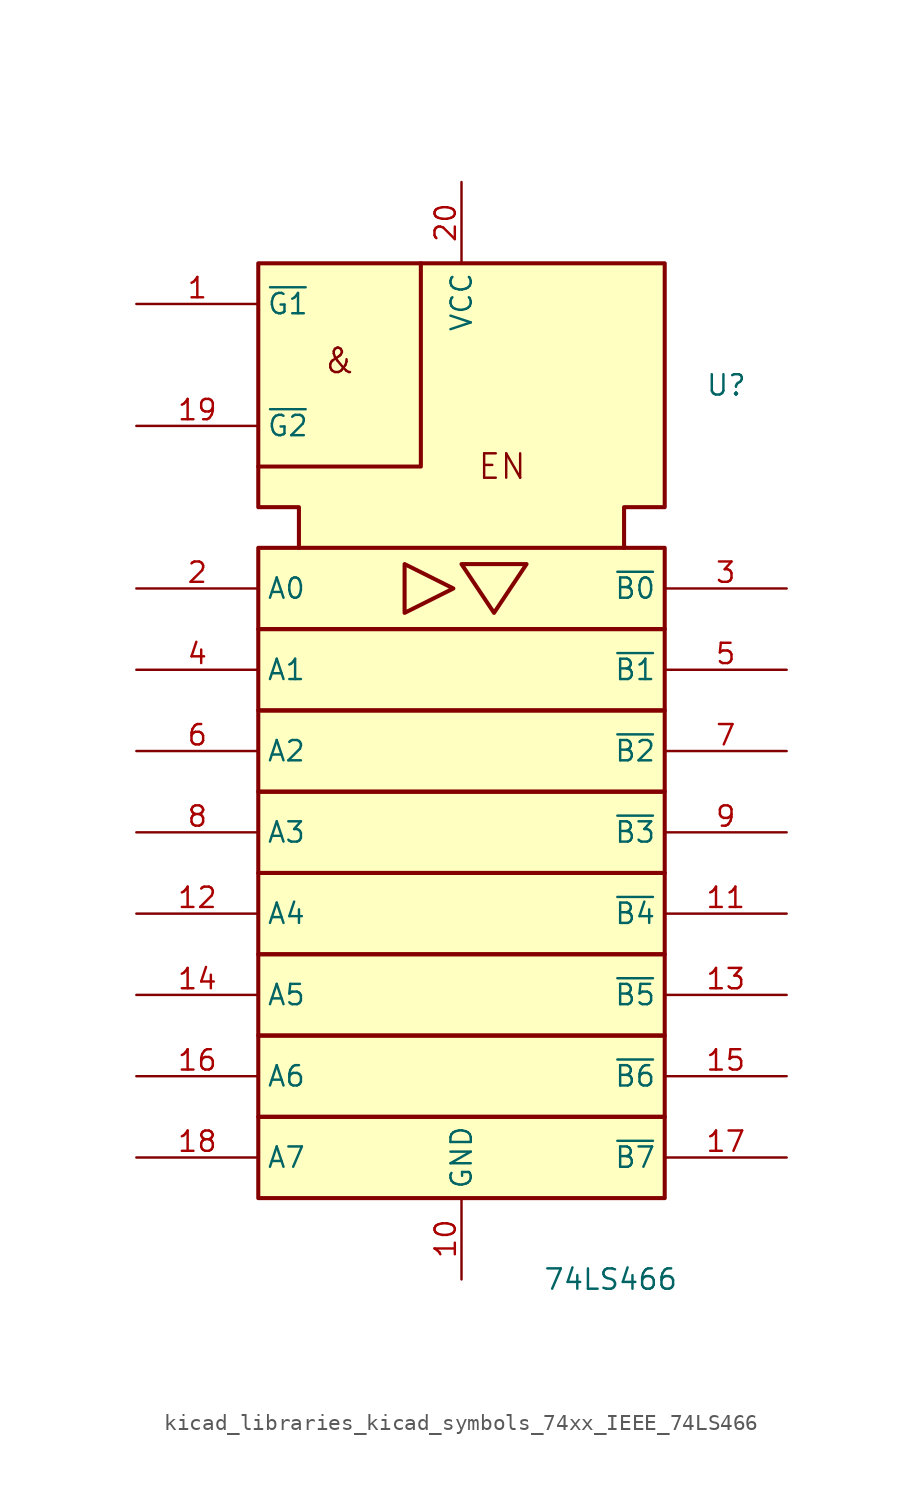
<source format=kicad_sym>
(kicad_symbol_lib
  (version 20220914)
  (generator kicad_symbol_editor)
  (symbol "kicad_libraries_kicad_symbols_74xx_IEEE_74LS466"
    (property "Reference" "U"
      (at 15.24 25.4 0)
      (effects (font (size 1.27 1.27)) (justify left)))
    (property "Value" "74LS466"
      (at 5.08 -30.48 0)
      (effects (font (size 1.27 1.27)) (justify left)))
    (symbol "kicad_libraries_kicad_symbols_74xx_IEEE_74LS466_0_0"
      (polyline (pts (xy -2.54 33.02) (xy -2.54 20.32) (xy -12.7 20.32) (xy -12.7 20.32)) (stroke (width 0.254) (type default)) (fill (type background)))
      (polyline (pts (xy -3.556 14.224) (xy -3.556 11.176) (xy -0.508 12.7) (xy -3.556 14.224) (xy -3.556 14.224)) (stroke (width 0.254) (type default)) (fill (type background)))
      (polyline (pts (xy 0 14.224) (xy 4.064 14.224) (xy 2.032 11.176) (xy 0 14.224) (xy 0 14.224)) (stroke (width 0.254) (type default)) (fill (type background)))
      (text "&" (at -7.62 26.924 0) (effects (font (size 1.524 1.524))))
      (text "EN" (at 2.54 20.32 0) (effects (font (size 1.524 1.524))))
      (pin power_in line (at 0 -30.48 90) (length 5.08) (name "GND" (effects (font (size 1.27 1.27)))) (number "10" (effects (font (size 1.27 1.27)))))
      (pin power_in line (at 0 38.1 270) (length 5.08) (name "VCC" (effects (font (size 1.27 1.27)))) (number "20" (effects (font (size 1.27 1.27))))))
    (symbol "kicad_libraries_kicad_symbols_74xx_IEEE_74LS466_0_1"
      (rectangle (start -12.7 -20.32) (end 12.7 -25.4) (stroke (width 0.254) (type default)) (fill (type background)))
      (rectangle (start -12.7 -15.24) (end 12.7 -20.32) (stroke (width 0.254) (type default)) (fill (type background)))
      (rectangle (start -12.7 -10.16) (end 12.7 -15.24) (stroke (width 0.254) (type default)) (fill (type background)))
      (rectangle (start -12.7 -5.08) (end 12.7 -10.16) (stroke (width 0.254) (type default)) (fill (type background)))
      (rectangle (start -12.7 0) (end 12.7 -5.08) (stroke (width 0.254) (type default)) (fill (type background)))
      (rectangle (start -12.7 5.08) (end 12.7 0) (stroke (width 0.254) (type default)) (fill (type background)))
      (rectangle (start -12.7 10.16) (end 12.7 5.08) (stroke (width 0.254) (type default)) (fill (type background)))
      (rectangle (start -12.7 15.24) (end 12.7 10.16) (stroke (width 0.254) (type default)) (fill (type background)))
      (polyline (pts (xy -10.16 15.24) (xy -10.16 17.78) (xy -12.7 17.78) (xy -12.7 33.02) (xy 12.7 33.02) (xy 12.7 17.78) (xy 10.16 17.78) (xy 10.16 15.24) (xy 10.16 15.24)) (stroke (width 0.254) (type default)) (fill (type background))))
    (symbol "kicad_libraries_kicad_symbols_74xx_IEEE_74LS466_1_1"
      (pin input line (at -20.32 30.48 0) (length 7.62) (name "~{G1}" (effects (font (size 1.27 1.27)))) (number "1" (effects (font (size 1.27 1.27)))))
      (pin tri_state line (at 20.32 -7.62 180) (length 7.62) (name "~{B4}" (effects (font (size 1.27 1.27)))) (number "11" (effects (font (size 1.27 1.27)))))
      (pin tri_state line (at -20.32 -7.62 0) (length 7.62) (name "A4" (effects (font (size 1.27 1.27)))) (number "12" (effects (font (size 1.27 1.27)))))
      (pin tri_state line (at 20.32 -12.7 180) (length 7.62) (name "~{B5}" (effects (font (size 1.27 1.27)))) (number "13" (effects (font (size 1.27 1.27)))))
      (pin tri_state line (at -20.32 -12.7 0) (length 7.62) (name "A5" (effects (font (size 1.27 1.27)))) (number "14" (effects (font (size 1.27 1.27)))))
      (pin tri_state line (at 20.32 -17.78 180) (length 7.62) (name "~{B6}" (effects (font (size 1.27 1.27)))) (number "15" (effects (font (size 1.27 1.27)))))
      (pin tri_state line (at -20.32 -17.78 0) (length 7.62) (name "A6" (effects (font (size 1.27 1.27)))) (number "16" (effects (font (size 1.27 1.27)))))
      (pin tri_state line (at 20.32 -22.86 180) (length 7.62) (name "~{B7}" (effects (font (size 1.27 1.27)))) (number "17" (effects (font (size 1.27 1.27)))))
      (pin tri_state line (at -20.32 -22.86 0) (length 7.62) (name "A7" (effects (font (size 1.27 1.27)))) (number "18" (effects (font (size 1.27 1.27)))))
      (pin input line (at -20.32 22.86 0) (length 7.62) (name "~{G2}" (effects (font (size 1.27 1.27)))) (number "19" (effects (font (size 1.27 1.27)))))
      (pin tri_state line (at -20.32 12.7 0) (length 7.62) (name "A0" (effects (font (size 1.27 1.27)))) (number "2" (effects (font (size 1.27 1.27)))))
      (pin tri_state line (at 20.32 12.7 180) (length 7.62) (name "~{B0}" (effects (font (size 1.27 1.27)))) (number "3" (effects (font (size 1.27 1.27)))))
      (pin tri_state line (at -20.32 7.62 0) (length 7.62) (name "A1" (effects (font (size 1.27 1.27)))) (number "4" (effects (font (size 1.27 1.27)))))
      (pin tri_state line (at 20.32 7.62 180) (length 7.62) (name "~{B1}" (effects (font (size 1.27 1.27)))) (number "5" (effects (font (size 1.27 1.27)))))
      (pin tri_state line (at -20.32 2.54 0) (length 7.62) (name "A2" (effects (font (size 1.27 1.27)))) (number "6" (effects (font (size 1.27 1.27)))))
      (pin tri_state line (at 20.32 2.54 180) (length 7.62) (name "~{B2}" (effects (font (size 1.27 1.27)))) (number "7" (effects (font (size 1.27 1.27)))))
      (pin tri_state line (at -20.32 -2.54 0) (length 7.62) (name "A3" (effects (font (size 1.27 1.27)))) (number "8" (effects (font (size 1.27 1.27)))))
      (pin tri_state line (at 20.32 -2.54 180) (length 7.62) (name "~{B3}" (effects (font (size 1.27 1.27)))) (number "9" (effects (font (size 1.27 1.27))))))))
</source>
